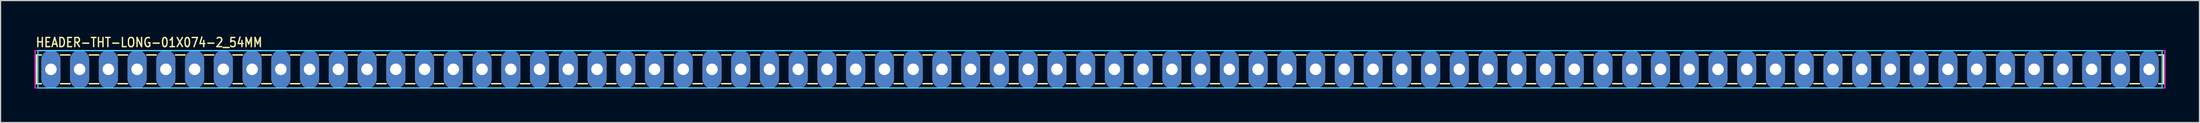
<source format=kicad_pcb>
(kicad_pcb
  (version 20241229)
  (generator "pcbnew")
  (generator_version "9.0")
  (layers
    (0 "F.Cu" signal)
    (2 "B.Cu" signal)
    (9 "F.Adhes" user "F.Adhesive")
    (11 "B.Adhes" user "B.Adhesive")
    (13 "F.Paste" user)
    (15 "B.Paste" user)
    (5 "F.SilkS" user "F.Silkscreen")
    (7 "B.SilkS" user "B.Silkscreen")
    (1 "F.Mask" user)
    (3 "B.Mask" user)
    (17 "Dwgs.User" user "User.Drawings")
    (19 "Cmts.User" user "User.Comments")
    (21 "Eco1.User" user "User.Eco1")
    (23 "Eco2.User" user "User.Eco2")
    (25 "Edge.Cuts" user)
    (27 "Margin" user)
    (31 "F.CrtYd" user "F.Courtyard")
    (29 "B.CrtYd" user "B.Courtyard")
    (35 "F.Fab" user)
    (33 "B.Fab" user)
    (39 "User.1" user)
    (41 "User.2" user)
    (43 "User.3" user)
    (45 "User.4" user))
  (footprint "HEADER-THT-LONG-01X074-2_54MM"
    (layer "F.Cu")
    (at 1.447 3.079)
    (property "Reference" "HEADER-THT-LONG-01X074-2_54MM" (at -1.4 -1.9 0) (unlocked yes) (layer "F.SilkS") (effects (font (size 0.813 0.695) (thickness 0.122)) (justify left bottom)))
    (fp_line (start -1.27 -1.27) (end -1.27 1.27) (stroke (width 0.127) (type solid)) (layer "F.SilkS"))
    (fp_line (start -1.27 1.27) (end -0.85 1.27) (stroke (width 0.127) (type solid)) (layer "F.SilkS"))
    (fp_line (start -0.85 -1.27) (end -1.27 -1.27) (stroke (width 0.127) (type solid)) (layer "F.SilkS"))
    (fp_line (start 0.85 -1.27) (end 1.69 -1.27) (stroke (width 0.127) (type solid)) (layer "F.SilkS"))
    (fp_line (start 0.85 1.27) (end 1.69 1.27) (stroke (width 0.127) (type solid)) (layer "F.SilkS"))
    (fp_line (start 3.39 -1.27) (end 4.23 -1.27) (stroke (width 0.127) (type solid)) (layer "F.SilkS"))
    (fp_line (start 3.39 1.27) (end 4.23 1.27) (stroke (width 0.127) (type solid)) (layer "F.SilkS"))
    (fp_line (start 5.93 -1.27) (end 6.77 -1.27) (stroke (width 0.127) (type solid)) (layer "F.SilkS"))
    (fp_line (start 5.93 1.27) (end 6.77 1.27) (stroke (width 0.127) (type solid)) (layer "F.SilkS"))
    (fp_line (start 8.47 -1.27) (end 9.31 -1.27) (stroke (width 0.127) (type solid)) (layer "F.SilkS"))
    (fp_line (start 8.47 1.27) (end 9.31 1.27) (stroke (width 0.127) (type solid)) (layer "F.SilkS"))
    (fp_line (start 11.01 -1.27) (end 11.85 -1.27) (stroke (width 0.127) (type solid)) (layer "F.SilkS"))
    (fp_line (start 11.01 1.27) (end 11.85 1.27) (stroke (width 0.127) (type solid)) (layer "F.SilkS"))
    (fp_line (start 13.55 -1.27) (end 14.39 -1.27) (stroke (width 0.127) (type solid)) (layer "F.SilkS"))
    (fp_line (start 13.55 1.27) (end 14.39 1.27) (stroke (width 0.127) (type solid)) (layer "F.SilkS"))
    (fp_line (start 16.09 -1.27) (end 16.93 -1.27) (stroke (width 0.127) (type solid)) (layer "F.SilkS"))
    (fp_line (start 16.09 1.27) (end 16.93 1.27) (stroke (width 0.127) (type solid)) (layer "F.SilkS"))
    (fp_line (start 18.63 -1.27) (end 19.47 -1.27) (stroke (width 0.127) (type solid)) (layer "F.SilkS"))
    (fp_line (start 18.63 1.27) (end 19.47 1.27) (stroke (width 0.127) (type solid)) (layer "F.SilkS"))
    (fp_line (start 21.17 -1.27) (end 22.01 -1.27) (stroke (width 0.127) (type solid)) (layer "F.SilkS"))
    (fp_line (start 21.17 1.27) (end 22.01 1.27) (stroke (width 0.127) (type solid)) (layer "F.SilkS"))
    (fp_line (start 23.71 -1.27) (end 24.55 -1.27) (stroke (width 0.127) (type solid)) (layer "F.SilkS"))
    (fp_line (start 23.71 1.27) (end 24.55 1.27) (stroke (width 0.127) (type solid)) (layer "F.SilkS"))
    (fp_line (start 26.25 -1.27) (end 27.09 -1.27) (stroke (width 0.127) (type solid)) (layer "F.SilkS"))
    (fp_line (start 26.25 1.27) (end 27.09 1.27) (stroke (width 0.127) (type solid)) (layer "F.SilkS"))
    (fp_line (start 28.79 -1.27) (end 29.63 -1.27) (stroke (width 0.127) (type solid)) (layer "F.SilkS"))
    (fp_line (start 28.79 1.27) (end 29.63 1.27) (stroke (width 0.127) (type solid)) (layer "F.SilkS"))
    (fp_line (start 31.33 -1.27) (end 32.17 -1.27) (stroke (width 0.127) (type solid)) (layer "F.SilkS"))
    (fp_line (start 31.33 1.27) (end 32.17 1.27) (stroke (width 0.127) (type solid)) (layer "F.SilkS"))
    (fp_line (start 33.87 -1.27) (end 34.71 -1.27) (stroke (width 0.127) (type solid)) (layer "F.SilkS"))
    (fp_line (start 33.87 1.27) (end 34.71 1.27) (stroke (width 0.127) (type solid)) (layer "F.SilkS"))
    (fp_line (start 36.41 -1.27) (end 37.25 -1.27) (stroke (width 0.127) (type solid)) (layer "F.SilkS"))
    (fp_line (start 36.41 1.27) (end 37.25 1.27) (stroke (width 0.127) (type solid)) (layer "F.SilkS"))
    (fp_line (start 38.95 -1.27) (end 39.79 -1.27) (stroke (width 0.127) (type solid)) (layer "F.SilkS"))
    (fp_line (start 38.95 1.27) (end 39.79 1.27) (stroke (width 0.127) (type solid)) (layer "F.SilkS"))
    (fp_line (start 41.49 -1.27) (end 42.33 -1.27) (stroke (width 0.127) (type solid)) (layer "F.SilkS"))
    (fp_line (start 41.49 1.27) (end 42.33 1.27) (stroke (width 0.127) (type solid)) (layer "F.SilkS"))
    (fp_line (start 44.03 -1.27) (end 44.87 -1.27) (stroke (width 0.127) (type solid)) (layer "F.SilkS"))
    (fp_line (start 44.03 1.27) (end 44.87 1.27) (stroke (width 0.127) (type solid)) (layer "F.SilkS"))
    (fp_line (start 46.57 -1.27) (end 47.41 -1.27) (stroke (width 0.127) (type solid)) (layer "F.SilkS"))
    (fp_line (start 46.57 1.27) (end 47.41 1.27) (stroke (width 0.127) (type solid)) (layer "F.SilkS"))
    (fp_line (start 49.11 -1.27) (end 49.95 -1.27) (stroke (width 0.127) (type solid)) (layer "F.SilkS"))
    (fp_line (start 49.11 1.27) (end 49.95 1.27) (stroke (width 0.127) (type solid)) (layer "F.SilkS"))
    (fp_line (start 51.65 -1.27) (end 52.49 -1.27) (stroke (width 0.127) (type solid)) (layer "F.SilkS"))
    (fp_line (start 51.65 1.27) (end 52.49 1.27) (stroke (width 0.127) (type solid)) (layer "F.SilkS"))
    (fp_line (start 54.19 -1.27) (end 55.03 -1.27) (stroke (width 0.127) (type solid)) (layer "F.SilkS"))
    (fp_line (start 54.19 1.27) (end 55.03 1.27) (stroke (width 0.127) (type solid)) (layer "F.SilkS"))
    (fp_line (start 56.73 -1.27) (end 57.57 -1.27) (stroke (width 0.127) (type solid)) (layer "F.SilkS"))
    (fp_line (start 56.73 1.27) (end 57.57 1.27) (stroke (width 0.127) (type solid)) (layer "F.SilkS"))
    (fp_line (start 59.27 -1.27) (end 60.11 -1.27) (stroke (width 0.127) (type solid)) (layer "F.SilkS"))
    (fp_line (start 59.27 1.27) (end 60.11 1.27) (stroke (width 0.127) (type solid)) (layer "F.SilkS"))
    (fp_line (start 61.81 -1.27) (end 62.65 -1.27) (stroke (width 0.127) (type solid)) (layer "F.SilkS"))
    (fp_line (start 61.81 1.27) (end 62.65 1.27) (stroke (width 0.127) (type solid)) (layer "F.SilkS"))
    (fp_line (start 64.35 -1.27) (end 65.19 -1.27) (stroke (width 0.127) (type solid)) (layer "F.SilkS"))
    (fp_line (start 64.35 1.27) (end 65.19 1.27) (stroke (width 0.127) (type solid)) (layer "F.SilkS"))
    (fp_line (start 66.89 -1.27) (end 67.73 -1.27) (stroke (width 0.127) (type solid)) (layer "F.SilkS"))
    (fp_line (start 66.89 1.27) (end 67.73 1.27) (stroke (width 0.127) (type solid)) (layer "F.SilkS"))
    (fp_line (start 69.43 -1.27) (end 70.27 -1.27) (stroke (width 0.127) (type solid)) (layer "F.SilkS"))
    (fp_line (start 69.43 1.27) (end 70.27 1.27) (stroke (width 0.127) (type solid)) (layer "F.SilkS"))
    (fp_line (start 71.97 -1.27) (end 72.81 -1.27) (stroke (width 0.127) (type solid)) (layer "F.SilkS"))
    (fp_line (start 71.97 1.27) (end 72.81 1.27) (stroke (width 0.127) (type solid)) (layer "F.SilkS"))
    (fp_line (start 74.51 -1.27) (end 75.35 -1.27) (stroke (width 0.127) (type solid)) (layer "F.SilkS"))
    (fp_line (start 74.51 1.27) (end 75.35 1.27) (stroke (width 0.127) (type solid)) (layer "F.SilkS"))
    (fp_line (start 77.05 -1.27) (end 77.89 -1.27) (stroke (width 0.127) (type solid)) (layer "F.SilkS"))
    (fp_line (start 77.05 1.27) (end 77.89 1.27) (stroke (width 0.127) (type solid)) (layer "F.SilkS"))
    (fp_line (start 79.59 -1.27) (end 80.43 -1.27) (stroke (width 0.127) (type solid)) (layer "F.SilkS"))
    (fp_line (start 79.59 1.27) (end 80.43 1.27) (stroke (width 0.127) (type solid)) (layer "F.SilkS"))
    (fp_line (start 82.13 -1.27) (end 82.97 -1.27) (stroke (width 0.127) (type solid)) (layer "F.SilkS"))
    (fp_line (start 82.13 1.27) (end 82.97 1.27) (stroke (width 0.127) (type solid)) (layer "F.SilkS"))
    (fp_line (start 84.67 -1.27) (end 85.51 -1.27) (stroke (width 0.127) (type solid)) (layer "F.SilkS"))
    (fp_line (start 84.67 1.27) (end 85.51 1.27) (stroke (width 0.127) (type solid)) (layer "F.SilkS"))
    (fp_line (start 87.21 -1.27) (end 88.05 -1.27) (stroke (width 0.127) (type solid)) (layer "F.SilkS"))
    (fp_line (start 87.21 1.27) (end 88.05 1.27) (stroke (width 0.127) (type solid)) (layer "F.SilkS"))
    (fp_line (start 89.75 -1.27) (end 90.59 -1.27) (stroke (width 0.127) (type solid)) (layer "F.SilkS"))
    (fp_line (start 89.75 1.27) (end 90.59 1.27) (stroke (width 0.127) (type solid)) (layer "F.SilkS"))
    (fp_line (start 92.29 -1.27) (end 93.13 -1.27) (stroke (width 0.127) (type solid)) (layer "F.SilkS"))
    (fp_line (start 92.29 1.27) (end 93.13 1.27) (stroke (width 0.127) (type solid)) (layer "F.SilkS"))
    (fp_line (start 94.83 -1.27) (end 95.67 -1.27) (stroke (width 0.127) (type solid)) (layer "F.SilkS"))
    (fp_line (start 94.83 1.27) (end 95.67 1.27) (stroke (width 0.127) (type solid)) (layer "F.SilkS"))
    (fp_line (start 97.37 -1.27) (end 98.21 -1.27) (stroke (width 0.127) (type solid)) (layer "F.SilkS"))
    (fp_line (start 97.37 1.27) (end 98.21 1.27) (stroke (width 0.127) (type solid)) (layer "F.SilkS"))
    (fp_line (start 99.91 -1.27) (end 100.75 -1.27) (stroke (width 0.127) (type solid)) (layer "F.SilkS"))
    (fp_line (start 99.91 1.27) (end 100.75 1.27) (stroke (width 0.127) (type solid)) (layer "F.SilkS"))
    (fp_line (start 102.45 -1.27) (end 103.29 -1.27) (stroke (width 0.127) (type solid)) (layer "F.SilkS"))
    (fp_line (start 102.45 1.27) (end 103.29 1.27) (stroke (width 0.127) (type solid)) (layer "F.SilkS"))
    (fp_line (start 104.99 -1.27) (end 105.83 -1.27) (stroke (width 0.127) (type solid)) (layer "F.SilkS"))
    (fp_line (start 104.99 1.27) (end 105.83 1.27) (stroke (width 0.127) (type solid)) (layer "F.SilkS"))
    (fp_line (start 107.53 -1.27) (end 108.37 -1.27) (stroke (width 0.127) (type solid)) (layer "F.SilkS"))
    (fp_line (start 107.53 1.27) (end 108.37 1.27) (stroke (width 0.127) (type solid)) (layer "F.SilkS"))
    (fp_line (start 110.07 -1.27) (end 110.91 -1.27) (stroke (width 0.127) (type solid)) (layer "F.SilkS"))
    (fp_line (start 110.07 1.27) (end 110.91 1.27) (stroke (width 0.127) (type solid)) (layer "F.SilkS"))
    (fp_line (start 112.61 -1.27) (end 113.45 -1.27) (stroke (width 0.127) (type solid)) (layer "F.SilkS"))
    (fp_line (start 112.61 1.27) (end 113.45 1.27) (stroke (width 0.127) (type solid)) (layer "F.SilkS"))
    (fp_line (start 115.15 -1.27) (end 115.99 -1.27) (stroke (width 0.127) (type solid)) (layer "F.SilkS"))
    (fp_line (start 115.15 1.27) (end 115.99 1.27) (stroke (width 0.127) (type solid)) (layer "F.SilkS"))
    (fp_line (start 117.69 -1.27) (end 118.53 -1.27) (stroke (width 0.127) (type solid)) (layer "F.SilkS"))
    (fp_line (start 117.69 1.27) (end 118.53 1.27) (stroke (width 0.127) (type solid)) (layer "F.SilkS"))
    (fp_line (start 120.23 -1.27) (end 121.07 -1.27) (stroke (width 0.127) (type solid)) (layer "F.SilkS"))
    (fp_line (start 120.23 1.27) (end 121.07 1.27) (stroke (width 0.127) (type solid)) (layer "F.SilkS"))
    (fp_line (start 122.77 -1.27) (end 123.61 -1.27) (stroke (width 0.127) (type solid)) (layer "F.SilkS"))
    (fp_line (start 122.77 1.27) (end 123.61 1.27) (stroke (width 0.127) (type solid)) (layer "F.SilkS"))
    (fp_line (start 125.31 -1.27) (end 126.15 -1.27) (stroke (width 0.127) (type solid)) (layer "F.SilkS"))
    (fp_line (start 125.31 1.27) (end 126.15 1.27) (stroke (width 0.127) (type solid)) (layer "F.SilkS"))
    (fp_line (start 127.85 -1.27) (end 128.69 -1.27) (stroke (width 0.127) (type solid)) (layer "F.SilkS"))
    (fp_line (start 127.85 1.27) (end 128.69 1.27) (stroke (width 0.127) (type solid)) (layer "F.SilkS"))
    (fp_line (start 130.39 -1.27) (end 131.23 -1.27) (stroke (width 0.127) (type solid)) (layer "F.SilkS"))
    (fp_line (start 130.39 1.27) (end 131.23 1.27) (stroke (width 0.127) (type solid)) (layer "F.SilkS"))
    (fp_line (start 132.93 -1.27) (end 133.77 -1.27) (stroke (width 0.127) (type solid)) (layer "F.SilkS"))
    (fp_line (start 132.93 1.27) (end 133.77 1.27) (stroke (width 0.127) (type solid)) (layer "F.SilkS"))
    (fp_line (start 135.47 -1.27) (end 136.31 -1.27) (stroke (width 0.127) (type solid)) (layer "F.SilkS"))
    (fp_line (start 135.47 1.27) (end 136.31 1.27) (stroke (width 0.127) (type solid)) (layer "F.SilkS"))
    (fp_line (start 138.01 -1.27) (end 138.85 -1.27) (stroke (width 0.127) (type solid)) (layer "F.SilkS"))
    (fp_line (start 138.01 1.27) (end 138.85 1.27) (stroke (width 0.127) (type solid)) (layer "F.SilkS"))
    (fp_line (start 140.55 -1.27) (end 141.39 -1.27) (stroke (width 0.127) (type solid)) (layer "F.SilkS"))
    (fp_line (start 140.55 1.27) (end 141.39 1.27) (stroke (width 0.127) (type solid)) (layer "F.SilkS"))
    (fp_line (start 143.09 -1.27) (end 143.93 -1.27) (stroke (width 0.127) (type solid)) (layer "F.SilkS"))
    (fp_line (start 143.09 1.27) (end 143.93 1.27) (stroke (width 0.127) (type solid)) (layer "F.SilkS"))
    (fp_line (start 145.63 -1.27) (end 146.47 -1.27) (stroke (width 0.127) (type solid)) (layer "F.SilkS"))
    (fp_line (start 145.63 1.27) (end 146.47 1.27) (stroke (width 0.127) (type solid)) (layer "F.SilkS"))
    (fp_line (start 148.17 -1.27) (end 149.01 -1.27) (stroke (width 0.127) (type solid)) (layer "F.SilkS"))
    (fp_line (start 148.17 1.27) (end 149.01 1.27) (stroke (width 0.127) (type solid)) (layer "F.SilkS"))
    (fp_line (start 150.71 -1.27) (end 151.55 -1.27) (stroke (width 0.127) (type solid)) (layer "F.SilkS"))
    (fp_line (start 150.71 1.27) (end 151.55 1.27) (stroke (width 0.127) (type solid)) (layer "F.SilkS"))
    (fp_line (start 153.25 -1.27) (end 154.09 -1.27) (stroke (width 0.127) (type solid)) (layer "F.SilkS"))
    (fp_line (start 153.25 1.27) (end 154.09 1.27) (stroke (width 0.127) (type solid)) (layer "F.SilkS"))
    (fp_line (start 155.79 -1.27) (end 156.63 -1.27) (stroke (width 0.127) (type solid)) (layer "F.SilkS"))
    (fp_line (start 155.79 1.27) (end 156.63 1.27) (stroke (width 0.127) (type solid)) (layer "F.SilkS"))
    (fp_line (start 158.33 -1.27) (end 159.17 -1.27) (stroke (width 0.127) (type solid)) (layer "F.SilkS"))
    (fp_line (start 158.33 1.27) (end 159.17 1.27) (stroke (width 0.127) (type solid)) (layer "F.SilkS"))
    (fp_line (start 160.87 -1.27) (end 161.71 -1.27) (stroke (width 0.127) (type solid)) (layer "F.SilkS"))
    (fp_line (start 160.87 1.27) (end 161.71 1.27) (stroke (width 0.127) (type solid)) (layer "F.SilkS"))
    (fp_line (start 163.41 -1.27) (end 164.25 -1.27) (stroke (width 0.127) (type solid)) (layer "F.SilkS"))
    (fp_line (start 163.41 1.27) (end 164.25 1.27) (stroke (width 0.127) (type solid)) (layer "F.SilkS"))
    (fp_line (start 165.95 -1.27) (end 166.79 -1.27) (stroke (width 0.127) (type solid)) (layer "F.SilkS"))
    (fp_line (start 165.95 1.27) (end 166.79 1.27) (stroke (width 0.127) (type solid)) (layer "F.SilkS"))
    (fp_line (start 168.49 -1.27) (end 169.33 -1.27) (stroke (width 0.127) (type solid)) (layer "F.SilkS"))
    (fp_line (start 168.49 1.27) (end 169.33 1.27) (stroke (width 0.127) (type solid)) (layer "F.SilkS"))
    (fp_line (start 171.03 -1.27) (end 171.87 -1.27) (stroke (width 0.127) (type solid)) (layer "F.SilkS"))
    (fp_line (start 171.03 1.27) (end 171.87 1.27) (stroke (width 0.127) (type solid)) (layer "F.SilkS"))
    (fp_line (start 173.57 -1.27) (end 174.41 -1.27) (stroke (width 0.127) (type solid)) (layer "F.SilkS"))
    (fp_line (start 173.57 1.27) (end 174.41 1.27) (stroke (width 0.127) (type solid)) (layer "F.SilkS"))
    (fp_line (start 176.11 -1.27) (end 176.95 -1.27) (stroke (width 0.127) (type solid)) (layer "F.SilkS"))
    (fp_line (start 176.11 1.27) (end 176.95 1.27) (stroke (width 0.127) (type solid)) (layer "F.SilkS"))
    (fp_line (start 178.65 -1.27) (end 179.49 -1.27) (stroke (width 0.127) (type solid)) (layer "F.SilkS"))
    (fp_line (start 178.65 1.27) (end 179.49 1.27) (stroke (width 0.127) (type solid)) (layer "F.SilkS"))
    (fp_line (start 181.19 -1.27) (end 182.03 -1.27) (stroke (width 0.127) (type solid)) (layer "F.SilkS"))
    (fp_line (start 181.19 1.27) (end 182.03 1.27) (stroke (width 0.127) (type solid)) (layer "F.SilkS"))
    (fp_line (start 183.73 -1.27) (end 184.57 -1.27) (stroke (width 0.127) (type solid)) (layer "F.SilkS"))
    (fp_line (start 183.73 1.27) (end 184.57 1.27) (stroke (width 0.127) (type solid)) (layer "F.SilkS"))
    (fp_line (start 186.27 -1.27) (end 186.69 -1.27) (stroke (width 0.127) (type solid)) (layer "F.SilkS"))
    (fp_line (start 186.69 -1.27) (end 186.69 1.27) (stroke (width 0.127) (type solid)) (layer "F.SilkS"))
    (fp_line (start 186.69 1.27) (end 186.27 1.27) (stroke (width 0.127) (type solid)) (layer "F.SilkS"))
    (fp_poly (pts (xy -1.143 -1.651) (xy 186.563 -1.651) (xy 186.563 1.651) (xy -1.143 1.651)) (stroke (width 0.1) (type solid)) (fill no) (layer "B.CrtYd"))
    (fp_poly (pts (xy -1.397 -1.651) (xy 186.817 -1.651) (xy 186.817 1.651) (xy -1.397 1.651)) (stroke (width 0.1) (type solid)) (fill no) (layer "F.CrtYd"))
    (pad "1" thru_hole oval (at 0 0 90) (size 3.387 1.693) (drill 1.016) (layers "*.Cu" "*.Mask"))
    (pad "2" thru_hole oval (at 2.54 0 90) (size 3.387 1.693) (drill 1.016) (layers "*.Cu" "*.Mask"))
    (pad "3" thru_hole oval (at 5.08 0 90) (size 3.387 1.693) (drill 1.016) (layers "*.Cu" "*.Mask"))
    (pad "4" thru_hole oval (at 7.62 0 90) (size 3.387 1.693) (drill 1.016) (layers "*.Cu" "*.Mask"))
    (pad "5" thru_hole oval (at 10.16 0 90) (size 3.387 1.693) (drill 1.016) (layers "*.Cu" "*.Mask"))
    (pad "6" thru_hole oval (at 12.7 0 90) (size 3.387 1.693) (drill 1.016) (layers "*.Cu" "*.Mask"))
    (pad "7" thru_hole oval (at 15.24 0 90) (size 3.387 1.693) (drill 1.016) (layers "*.Cu" "*.Mask"))
    (pad "8" thru_hole oval (at 17.78 0 90) (size 3.387 1.693) (drill 1.016) (layers "*.Cu" "*.Mask"))
    (pad "9" thru_hole oval (at 20.32 0 90) (size 3.387 1.693) (drill 1.016) (layers "*.Cu" "*.Mask"))
    (pad "10" thru_hole oval (at 22.86 0 90) (size 3.387 1.693) (drill 1.016) (layers "*.Cu" "*.Mask"))
    (pad "11" thru_hole oval (at 25.4 0 90) (size 3.387 1.693) (drill 1.016) (layers "*.Cu" "*.Mask"))
    (pad "12" thru_hole oval (at 27.94 0 90) (size 3.387 1.693) (drill 1.016) (layers "*.Cu" "*.Mask"))
    (pad "13" thru_hole oval (at 30.48 0 90) (size 3.387 1.693) (drill 1.016) (layers "*.Cu" "*.Mask"))
    (pad "14" thru_hole oval (at 33.02 0 90) (size 3.387 1.693) (drill 1.016) (layers "*.Cu" "*.Mask"))
    (pad "15" thru_hole oval (at 35.56 0 90) (size 3.387 1.693) (drill 1.016) (layers "*.Cu" "*.Mask"))
    (pad "16" thru_hole oval (at 38.1 0 90) (size 3.387 1.693) (drill 1.016) (layers "*.Cu" "*.Mask"))
    (pad "17" thru_hole oval (at 40.64 0 90) (size 3.387 1.693) (drill 1.016) (layers "*.Cu" "*.Mask"))
    (pad "18" thru_hole oval (at 43.18 0 90) (size 3.387 1.693) (drill 1.016) (layers "*.Cu" "*.Mask"))
    (pad "19" thru_hole oval (at 45.72 0 90) (size 3.387 1.693) (drill 1.016) (layers "*.Cu" "*.Mask"))
    (pad "20" thru_hole oval (at 48.26 0 90) (size 3.387 1.693) (drill 1.016) (layers "*.Cu" "*.Mask"))
    (pad "21" thru_hole oval (at 50.8 0 90) (size 3.387 1.693) (drill 1.016) (layers "*.Cu" "*.Mask"))
    (pad "22" thru_hole oval (at 53.34 0 90) (size 3.387 1.693) (drill 1.016) (layers "*.Cu" "*.Mask"))
    (pad "23" thru_hole oval (at 55.88 0 90) (size 3.387 1.693) (drill 1.016) (layers "*.Cu" "*.Mask"))
    (pad "24" thru_hole oval (at 58.42 0 90) (size 3.387 1.693) (drill 1.016) (layers "*.Cu" "*.Mask"))
    (pad "25" thru_hole oval (at 60.96 0 90) (size 3.387 1.693) (drill 1.016) (layers "*.Cu" "*.Mask"))
    (pad "26" thru_hole oval (at 63.5 0 90) (size 3.387 1.693) (drill 1.016) (layers "*.Cu" "*.Mask"))
    (pad "27" thru_hole oval (at 66.04 0 90) (size 3.387 1.693) (drill 1.016) (layers "*.Cu" "*.Mask"))
    (pad "28" thru_hole oval (at 68.58 0 90) (size 3.387 1.693) (drill 1.016) (layers "*.Cu" "*.Mask"))
    (pad "29" thru_hole oval (at 71.12 0 90) (size 3.387 1.693) (drill 1.016) (layers "*.Cu" "*.Mask"))
    (pad "30" thru_hole oval (at 73.66 0 90) (size 3.387 1.693) (drill 1.016) (layers "*.Cu" "*.Mask"))
    (pad "31" thru_hole oval (at 76.2 0 90) (size 3.387 1.693) (drill 1.016) (layers "*.Cu" "*.Mask"))
    (pad "32" thru_hole oval (at 78.74 0 90) (size 3.387 1.693) (drill 1.016) (layers "*.Cu" "*.Mask"))
    (pad "33" thru_hole oval (at 81.28 0 90) (size 3.387 1.693) (drill 1.016) (layers "*.Cu" "*.Mask"))
    (pad "34" thru_hole oval (at 83.82 0 90) (size 3.387 1.693) (drill 1.016) (layers "*.Cu" "*.Mask"))
    (pad "35" thru_hole oval (at 86.36 0 90) (size 3.387 1.693) (drill 1.016) (layers "*.Cu" "*.Mask"))
    (pad "36" thru_hole oval (at 88.9 0 90) (size 3.387 1.693) (drill 1.016) (layers "*.Cu" "*.Mask"))
    (pad "37" thru_hole oval (at 91.44 0 90) (size 3.387 1.693) (drill 1.016) (layers "*.Cu" "*.Mask"))
    (pad "38" thru_hole oval (at 93.98 0 90) (size 3.387 1.693) (drill 1.016) (layers "*.Cu" "*.Mask"))
    (pad "39" thru_hole oval (at 96.52 0 90) (size 3.387 1.693) (drill 1.016) (layers "*.Cu" "*.Mask"))
    (pad "40" thru_hole oval (at 99.06 0 90) (size 3.387 1.693) (drill 1.016) (layers "*.Cu" "*.Mask"))
    (pad "41" thru_hole oval (at 101.6 0 90) (size 3.387 1.693) (drill 1.016) (layers "*.Cu" "*.Mask"))
    (pad "42" thru_hole oval (at 104.14 0 90) (size 3.387 1.693) (drill 1.016) (layers "*.Cu" "*.Mask"))
    (pad "43" thru_hole oval (at 106.68 0 90) (size 3.387 1.693) (drill 1.016) (layers "*.Cu" "*.Mask"))
    (pad "44" thru_hole oval (at 109.22 0 90) (size 3.387 1.693) (drill 1.016) (layers "*.Cu" "*.Mask"))
    (pad "45" thru_hole oval (at 111.76 0 90) (size 3.387 1.693) (drill 1.016) (layers "*.Cu" "*.Mask"))
    (pad "46" thru_hole oval (at 114.3 0 90) (size 3.387 1.693) (drill 1.016) (layers "*.Cu" "*.Mask"))
    (pad "47" thru_hole oval (at 116.84 0 90) (size 3.387 1.693) (drill 1.016) (layers "*.Cu" "*.Mask"))
    (pad "48" thru_hole oval (at 119.38 0 90) (size 3.387 1.693) (drill 1.016) (layers "*.Cu" "*.Mask"))
    (pad "49" thru_hole oval (at 121.92 0 90) (size 3.387 1.693) (drill 1.016) (layers "*.Cu" "*.Mask"))
    (pad "50" thru_hole oval (at 124.46 0 90) (size 3.387 1.693) (drill 1.016) (layers "*.Cu" "*.Mask"))
    (pad "51" thru_hole oval (at 127 0 90) (size 3.387 1.693) (drill 1.016) (layers "*.Cu" "*.Mask"))
    (pad "52" thru_hole oval (at 129.54 0 90) (size 3.387 1.693) (drill 1.016) (layers "*.Cu" "*.Mask"))
    (pad "53" thru_hole oval (at 132.08 0 90) (size 3.387 1.693) (drill 1.016) (layers "*.Cu" "*.Mask"))
    (pad "54" thru_hole oval (at 134.62 0 90) (size 3.387 1.693) (drill 1.016) (layers "*.Cu" "*.Mask"))
    (pad "55" thru_hole oval (at 137.16 0 90) (size 3.387 1.693) (drill 1.016) (layers "*.Cu" "*.Mask"))
    (pad "56" thru_hole oval (at 139.7 0 90) (size 3.387 1.693) (drill 1.016) (layers "*.Cu" "*.Mask"))
    (pad "57" thru_hole oval (at 142.24 0 90) (size 3.387 1.693) (drill 1.016) (layers "*.Cu" "*.Mask"))
    (pad "58" thru_hole oval (at 144.78 0 90) (size 3.387 1.693) (drill 1.016) (layers "*.Cu" "*.Mask"))
    (pad "59" thru_hole oval (at 147.32 0 90) (size 3.387 1.693) (drill 1.016) (layers "*.Cu" "*.Mask"))
    (pad "60" thru_hole oval (at 149.86 0 90) (size 3.387 1.693) (drill 1.016) (layers "*.Cu" "*.Mask"))
    (pad "61" thru_hole oval (at 152.4 0 90) (size 3.387 1.693) (drill 1.016) (layers "*.Cu" "*.Mask"))
    (pad "62" thru_hole oval (at 154.94 0 90) (size 3.387 1.693) (drill 1.016) (layers "*.Cu" "*.Mask"))
    (pad "63" thru_hole oval (at 157.48 0 90) (size 3.387 1.693) (drill 1.016) (layers "*.Cu" "*.Mask"))
    (pad "64" thru_hole oval (at 160.02 0 90) (size 3.387 1.693) (drill 1.016) (layers "*.Cu" "*.Mask"))
    (pad "65" thru_hole oval (at 162.56 0 90) (size 3.387 1.693) (drill 1.016) (layers "*.Cu" "*.Mask"))
    (pad "66" thru_hole oval (at 165.1 0 90) (size 3.387 1.693) (drill 1.016) (layers "*.Cu" "*.Mask"))
    (pad "67" thru_hole oval (at 167.64 0 90) (size 3.387 1.693) (drill 1.016) (layers "*.Cu" "*.Mask"))
    (pad "68" thru_hole oval (at 170.18 0 90) (size 3.387 1.693) (drill 1.016) (layers "*.Cu" "*.Mask"))
    (pad "69" thru_hole oval (at 172.72 0 90) (size 3.387 1.693) (drill 1.016) (layers "*.Cu" "*.Mask"))
    (pad "70" thru_hole oval (at 175.26 0 90) (size 3.387 1.693) (drill 1.016) (layers "*.Cu" "*.Mask"))
    (pad "71" thru_hole oval (at 177.8 0 90) (size 3.387 1.693) (drill 1.016) (layers "*.Cu" "*.Mask"))
    (pad "72" thru_hole oval (at 180.34 0 90) (size 3.387 1.693) (drill 1.016) (layers "*.Cu" "*.Mask"))
    (pad "73" thru_hole oval (at 182.88 0 90) (size 3.387 1.693) (drill 1.016) (layers "*.Cu" "*.Mask"))
    (pad "74" thru_hole oval (at 185.42 0 90) (size 3.387 1.693) (drill 1.016) (layers "*.Cu" "*.Mask")))
  (gr_rect
    (start -3 -3)
    (end 191.314 7.78)
    (stroke (width 0.1) (type default))
    (fill no)
    (layer "Edge.Cuts")))
</source>
